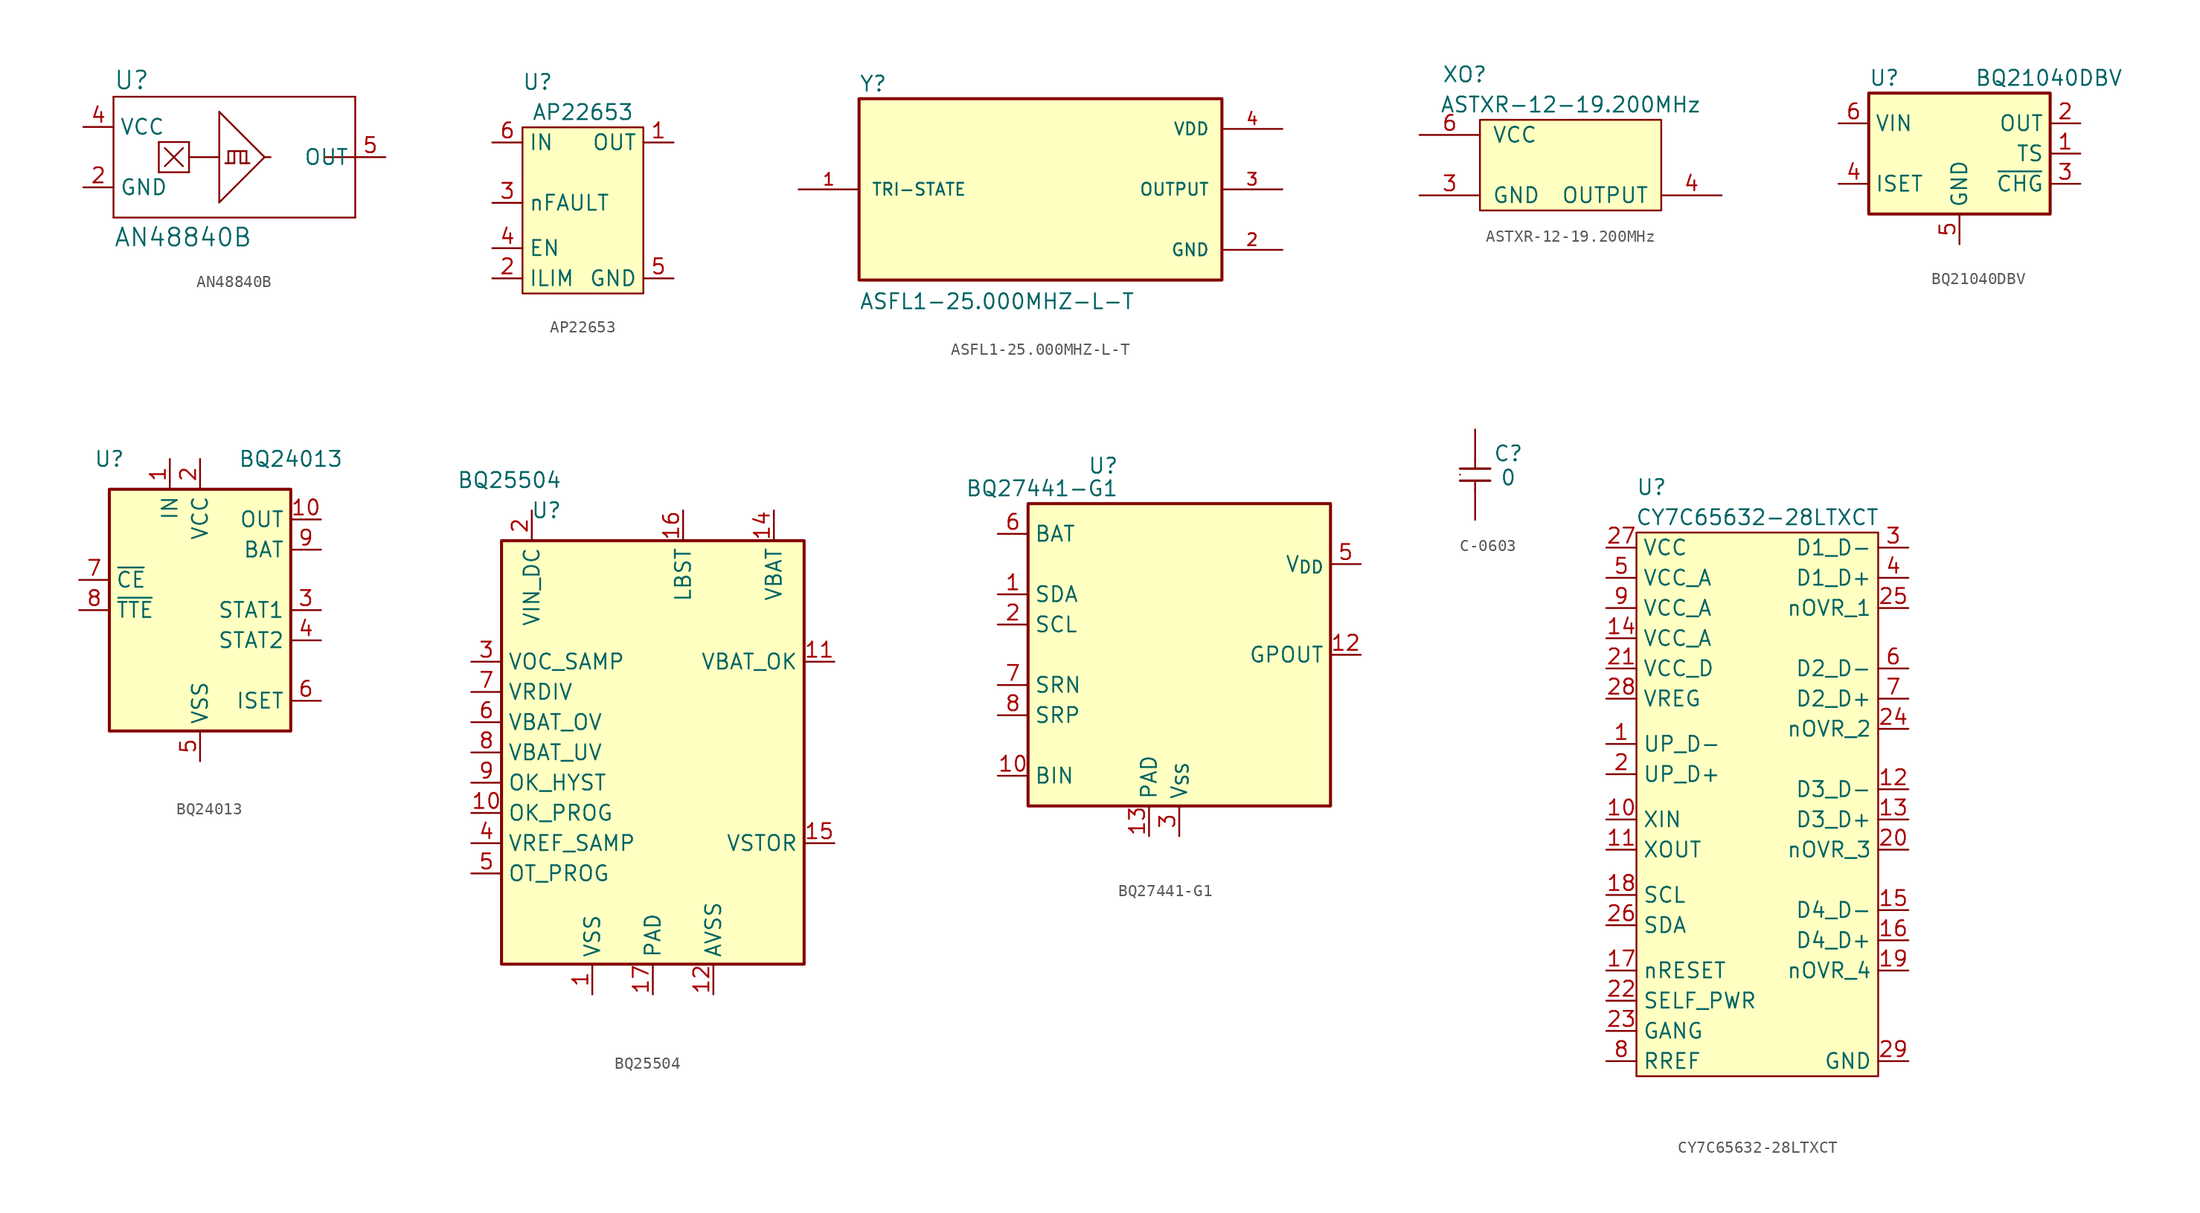
<source format=kicad_sym>
(kicad_symbol_lib
  (version 20231120)
  (generator "kicad_symbol_editor")
  (generator_version "8.0")
  (symbol "AN48840B"
    (property "Reference" "U"
      (at -10.16 5.588 0)
      (effects (font (size 1.499 1.499)) (justify left bottom)))
    (property "Value" "AN48840B"
      (at -10.16 -7.62 0)
      (effects (font (size 1.499 1.499)) (justify left bottom)))
    (symbol "AN48840B_1_0"
      (polyline (pts (xy -10.16 -5.08) (xy -10.16 5.08)) (stroke (width 0) (type default)) (fill (type none)))
      (polyline (pts (xy -10.16 5.08) (xy 10.16 5.08)) (stroke (width 0) (type default)) (fill (type none)))
      (polyline (pts (xy -6.35 -1.27) (xy -6.35 1.27)) (stroke (width 0) (type default)) (fill (type none)))
      (polyline (pts (xy -6.35 1.27) (xy -3.81 1.27)) (stroke (width 0) (type default)) (fill (type none)))
      (polyline (pts (xy -4.318 -0.762) (xy -5.842 0.762)) (stroke (width 0) (type default)) (fill (type none)))
      (polyline (pts (xy -4.318 0.762) (xy -5.842 -0.762)) (stroke (width 0) (type default)) (fill (type none)))
      (polyline (pts (xy -3.81 -1.27) (xy -6.35 -1.27)) (stroke (width 0) (type default)) (fill (type none)))
      (polyline (pts (xy -3.81 0) (xy -3.81 -1.27)) (stroke (width 0) (type default)) (fill (type none)))
      (polyline (pts (xy -3.81 0) (xy -1.27 0)) (stroke (width 0) (type default)) (fill (type none)))
      (polyline (pts (xy -3.81 1.27) (xy -3.81 0)) (stroke (width 0) (type default)) (fill (type none)))
      (polyline (pts (xy -1.27 -3.81) (xy 2.54 0)) (stroke (width 0) (type default)) (fill (type none)))
      (polyline (pts (xy -1.27 3.81) (xy -1.27 -3.81)) (stroke (width 0) (type default)) (fill (type none)))
      (polyline (pts (xy -0.762 -0.508) (xy -0.508 -0.508)) (stroke (width 0) (type default)) (fill (type none)))
      (polyline (pts (xy -0.508 -0.508) (xy -0.508 0.508)) (stroke (width 0) (type default)) (fill (type none)))
      (polyline (pts (xy -0.508 0.508) (xy 0 0.508)) (stroke (width 0) (type default)) (fill (type none)))
      (polyline (pts (xy 0 -0.508) (xy -0.508 -0.508)) (stroke (width 0) (type default)) (fill (type none)))
      (polyline (pts (xy 0 0.508) (xy 0 -0.508)) (stroke (width 0) (type default)) (fill (type none)))
      (polyline (pts (xy 0 0.508) (xy 0.508 0.508)) (stroke (width 0) (type default)) (fill (type none)))
      (polyline (pts (xy 0.508 -0.508) (xy 1.016 -0.508)) (stroke (width 0) (type default)) (fill (type none)))
      (polyline (pts (xy 0.508 0.508) (xy 0.508 -0.508)) (stroke (width 0) (type default)) (fill (type none)))
      (polyline (pts (xy 0.508 0.508) (xy 1.016 0.508)) (stroke (width 0) (type default)) (fill (type none)))
      (polyline (pts (xy 1.016 -0.508) (xy 1.27 -0.508)) (stroke (width 0) (type default)) (fill (type none)))
      (polyline (pts (xy 1.016 0.508) (xy 1.016 -0.508)) (stroke (width 0) (type default)) (fill (type none)))
      (polyline (pts (xy 2.54 0) (xy -1.27 3.81)) (stroke (width 0) (type default)) (fill (type none)))
      (polyline (pts (xy 2.54 0) (xy 3.048 0)) (stroke (width 0) (type default)) (fill (type none)))
      (polyline (pts (xy 10.16 -5.08) (xy -10.16 -5.08)) (stroke (width 0) (type default)) (fill (type none)))
      (polyline (pts (xy 10.16 0) (xy 7.62 0)) (stroke (width 0) (type default)) (fill (type none)))
      (polyline (pts (xy 10.16 0) (xy 10.16 -5.08)) (stroke (width 0) (type default)) (fill (type none)))
      (polyline (pts (xy 10.16 5.08) (xy 10.16 0)) (stroke (width 0) (type default)) (fill (type none)))
      (pin power_out line (at -12.7 -2.54 0) (length 2.54) (name "GND" (effects (font (size 1.27 1.27)))) (number "2" (effects (font (size 1.27 1.27)))))
      (pin power_in line (at -12.7 2.54 0) (length 2.54) (name "VCC" (effects (font (size 1.27 1.27)))) (number "4" (effects (font (size 1.27 1.27)))))
      (pin output line (at 12.7 0 180) (length 2.54) (name "OUT" (effects (font (size 1.27 1.27)))) (number "5" (effects (font (size 1.27 1.27)))))))
  (symbol "AP22653"
    (property "Reference" "U"
      (at -3.81 11.43 0)
      (effects (font (size 1.27 1.27))))
    (property "Value" "AP22653"
      (at 0 8.89 0)
      (effects (font (size 1.27 1.27))))
    (symbol "AP22653_0_1"
      (rectangle (start -5.08 7.62) (end 5.08 -6.35) (stroke (width 0) (type default)) (fill (type background))))
    (symbol "AP22653_1_1"
      (pin power_out line (at 7.62 6.35 180) (length 2.54) (name "OUT" (effects (font (size 1.27 1.27)))) (number "1" (effects (font (size 1.27 1.27)))))
      (pin bidirectional line (at -7.62 -5.08 0) (length 2.54) (name "ILIM" (effects (font (size 1.27 1.27)))) (number "2" (effects (font (size 1.27 1.27)))))
      (pin output line (at -7.62 1.27 0) (length 2.54) (name "nFAULT" (effects (font (size 1.27 1.27)))) (number "3" (effects (font (size 1.27 1.27)))))
      (pin input line (at -7.62 -2.54 0) (length 2.54) (name "EN" (effects (font (size 1.27 1.27)))) (number "4" (effects (font (size 1.27 1.27)))))
      (pin power_out line (at 7.62 -5.08 180) (length 2.54) (name "GND" (effects (font (size 1.27 1.27)))) (number "5" (effects (font (size 1.27 1.27)))))
      (pin power_in line (at -7.62 6.35 0) (length 2.54) (name "IN" (effects (font (size 1.27 1.27)))) (number "6" (effects (font (size 1.27 1.27)))))))
  (symbol "ASFL1-25.000MHZ-L-T"
    (pin_names
      (offset 1.016))
    (property "Reference" "Y"
      (at -15.24 8.128 0)
      (effects (font (size 1.27 1.27)) (justify left bottom)))
    (property "Value" "ASFL1-25.000MHZ-L-T"
      (at -15.24 -10.16 0)
      (effects (font (size 1.27 1.27)) (justify left bottom)))
    (symbol "ASFL1-25.000MHZ-L-T_0_0"
      (rectangle (start -15.24 -7.62) (end 15.24 7.62) (stroke (width 0.254) (type default)) (fill (type background)))
      (pin passive line (at -20.32 0 0) (length 5.08) (name "TRI-STATE" (effects (font (size 1.016 1.016)))) (number "1" (effects (font (size 1.016 1.016)))))
      (pin power_in line (at 20.32 -5.08 180) (length 5.08) (name "GND" (effects (font (size 1.016 1.016)))) (number "2" (effects (font (size 1.016 1.016)))))
      (pin output line (at 20.32 0 180) (length 5.08) (name "OUTPUT" (effects (font (size 1.016 1.016)))) (number "3" (effects (font (size 1.016 1.016)))))
      (pin power_in line (at 20.32 5.08 180) (length 5.08) (name "VDD" (effects (font (size 1.016 1.016)))) (number "4" (effects (font (size 1.016 1.016)))))))
  (symbol "ASTXR-12-19.200MHz"
    (pin_names
      (offset 1.016))
    (property "Reference" "XO"
      (at -8.89 7.62 0)
      (effects (font (size 1.27 1.27))))
    (property "Value" "ASTXR-12-19.200MHz"
      (at 0 5.08 0)
      (effects (font (size 1.27 1.27))))
    (symbol "ASTXR-12-19.200MHz_0_1"
      (rectangle (start -7.62 3.81) (end 7.62 -3.81) (stroke (width 0) (type default)) (fill (type background))))
    (symbol "ASTXR-12-19.200MHz_1_1"
      (pin power_in line (at -12.7 -2.54 0) (length 5.08) (name "GND" (effects (font (size 1.27 1.27)))) (number "3" (effects (font (size 1.27 1.27)))))
      (pin output line (at 12.7 -2.54 180) (length 5.08) (name "OUTPUT" (effects (font (size 1.27 1.27)))) (number "4" (effects (font (size 1.27 1.27)))))
      (pin power_in line (at -12.7 2.54 0) (length 5.08) (name "VCC" (effects (font (size 1.27 1.27)))) (number "6" (effects (font (size 1.27 1.27)))))))
  (symbol "BQ21040DBV"
    (property "Reference" "U"
      (at -7.62 6.35 0)
      (effects (font (size 1.27 1.27)) (justify left)))
    (property "Value" "BQ21040DBV"
      (at 1.27 6.35 0)
      (effects (font (size 1.27 1.27)) (justify left)))
    (symbol "BQ21040DBV_0_1"
      (rectangle (start -7.62 5.08) (end 7.62 -5.08) (stroke (width 0.254) (type default)) (fill (type background))))
    (symbol "BQ21040DBV_1_1"
      (pin input line (at 10.16 0 180) (length 2.54) (name "TS" (effects (font (size 1.27 1.27)))) (number "1" (effects (font (size 1.27 1.27)))))
      (pin power_out line (at 10.16 2.54 180) (length 2.54) (name "OUT" (effects (font (size 1.27 1.27)))) (number "2" (effects (font (size 1.27 1.27)))))
      (pin open_collector line (at 10.16 -2.54 180) (length 2.54) (name "~{CHG}" (effects (font (size 1.27 1.27)))) (number "3" (effects (font (size 1.27 1.27)))))
      (pin input line (at -10.16 -2.54 0) (length 2.54) (name "ISET" (effects (font (size 1.27 1.27)))) (number "4" (effects (font (size 1.27 1.27)))))
      (pin power_in line (at 0 -7.62 90) (length 2.54) (name "GND" (effects (font (size 1.27 1.27)))) (number "5" (effects (font (size 1.27 1.27)))))
      (pin power_in line (at -10.16 2.54 0) (length 2.54) (name "VIN" (effects (font (size 1.27 1.27)))) (number "6" (effects (font (size 1.27 1.27)))))))
  (symbol "BQ24013"
    (property "Reference" "U"
      (at -7.62 12.7 0)
      (effects (font (size 1.27 1.27))))
    (property "Value" "BQ24013"
      (at 7.62 12.7 0)
      (effects (font (size 1.27 1.27))))
    (symbol "BQ24013_0_1"
      (rectangle (start -7.62 10.16) (end 7.62 -10.16) (stroke (width 0.254) (type default)) (fill (type background))))
    (symbol "BQ24013_1_1"
      (pin power_in line (at -2.54 12.7 270) (length 2.54) (name "IN" (effects (font (size 1.27 1.27)))) (number "1" (effects (font (size 1.27 1.27)))))
      (pin power_out line (at 10.16 7.62 180) (length 2.54) (name "OUT" (effects (font (size 1.27 1.27)))) (number "10" (effects (font (size 1.27 1.27)))))
      (pin passive line (at 0 -12.7 90) (length 2.54) hide (name "VSS" (effects (font (size 1.27 1.27)))) (number "11" (effects (font (size 1.27 1.27)))))
      (pin power_in line (at 0 12.7 270) (length 2.54) (name "VCC" (effects (font (size 1.27 1.27)))) (number "2" (effects (font (size 1.27 1.27)))))
      (pin open_collector line (at 10.16 0 180) (length 2.54) (name "STAT1" (effects (font (size 1.27 1.27)))) (number "3" (effects (font (size 1.27 1.27)))))
      (pin open_collector line (at 10.16 -2.54 180) (length 2.54) (name "STAT2" (effects (font (size 1.27 1.27)))) (number "4" (effects (font (size 1.27 1.27)))))
      (pin power_in line (at 0 -12.7 90) (length 2.54) (name "VSS" (effects (font (size 1.27 1.27)))) (number "5" (effects (font (size 1.27 1.27)))))
      (pin output line (at 10.16 -7.62 180) (length 2.54) (name "ISET" (effects (font (size 1.27 1.27)))) (number "6" (effects (font (size 1.27 1.27)))))
      (pin input line (at -10.16 2.54 0) (length 2.54) (name "~{CE}" (effects (font (size 1.27 1.27)))) (number "7" (effects (font (size 1.27 1.27)))))
      (pin input line (at -10.16 0 0) (length 2.54) (name "~{TTE}" (effects (font (size 1.27 1.27)))) (number "8" (effects (font (size 1.27 1.27)))))
      (pin input line (at 10.16 5.08 180) (length 2.54) (name "BAT" (effects (font (size 1.27 1.27)))) (number "9" (effects (font (size 1.27 1.27)))))))
  (symbol "BQ25504"
    (property "Reference" "U"
      (at -7.62 20.32 0)
      (effects (font (size 1.27 1.27)) (justify right)))
    (property "Value" "BQ25504"
      (at -7.62 22.86 0)
      (effects (font (size 1.27 1.27)) (justify right)))
    (symbol "BQ25504_0_1"
      (rectangle (start -12.7 17.78) (end 12.7 -17.78) (stroke (width 0.254) (type default)) (fill (type background))))
    (symbol "BQ25504_1_1"
      (pin power_in line (at -5.08 -20.32 90) (length 2.54) (name "VSS" (effects (font (size 1.27 1.27)))) (number "1" (effects (font (size 1.27 1.27)))))
      (pin input line (at -15.24 -5.08 0) (length 2.54) (name "OK_PROG" (effects (font (size 1.27 1.27)))) (number "10" (effects (font (size 1.27 1.27)))))
      (pin output line (at 15.24 7.62 180) (length 2.54) (name "VBAT_OK" (effects (font (size 1.27 1.27)))) (number "11" (effects (font (size 1.27 1.27)))))
      (pin power_in line (at 5.08 -20.32 90) (length 2.54) (name "AVSS" (effects (font (size 1.27 1.27)))) (number "12" (effects (font (size 1.27 1.27)))))
      (pin passive line (at -5.08 -20.32 90) (length 2.54) hide (name "VSS" (effects (font (size 1.27 1.27)))) (number "13" (effects (font (size 1.27 1.27)))))
      (pin power_out line (at 10.16 20.32 270) (length 2.54) (name "VBAT" (effects (font (size 1.27 1.27)))) (number "14" (effects (font (size 1.27 1.27)))))
      (pin bidirectional line (at 15.24 -7.62 180) (length 2.54) (name "VSTOR" (effects (font (size 1.27 1.27)))) (number "15" (effects (font (size 1.27 1.27)))))
      (pin bidirectional line (at 2.54 20.32 270) (length 2.54) (name "LBST" (effects (font (size 1.27 1.27)))) (number "16" (effects (font (size 1.27 1.27)))))
      (pin passive line (at 0 -20.32 90) (length 2.54) (name "PAD" (effects (font (size 1.27 1.27)))) (number "17" (effects (font (size 1.27 1.27)))))
      (pin power_in line (at -10.16 20.32 270) (length 2.54) (name "VIN_DC" (effects (font (size 1.27 1.27)))) (number "2" (effects (font (size 1.27 1.27)))))
      (pin input line (at -15.24 7.62 0) (length 2.54) (name "VOC_SAMP" (effects (font (size 1.27 1.27)))) (number "3" (effects (font (size 1.27 1.27)))))
      (pin bidirectional line (at -15.24 -7.62 0) (length 2.54) (name "VREF_SAMP" (effects (font (size 1.27 1.27)))) (number "4" (effects (font (size 1.27 1.27)))))
      (pin input line (at -15.24 -10.16 0) (length 2.54) (name "OT_PROG" (effects (font (size 1.27 1.27)))) (number "5" (effects (font (size 1.27 1.27)))))
      (pin input line (at -15.24 2.54 0) (length 2.54) (name "VBAT_OV" (effects (font (size 1.27 1.27)))) (number "6" (effects (font (size 1.27 1.27)))))
      (pin output line (at -15.24 5.08 0) (length 2.54) (name "VRDIV" (effects (font (size 1.27 1.27)))) (number "7" (effects (font (size 1.27 1.27)))))
      (pin input line (at -15.24 0 0) (length 2.54) (name "VBAT_UV" (effects (font (size 1.27 1.27)))) (number "8" (effects (font (size 1.27 1.27)))))
      (pin input line (at -15.24 -2.54 0) (length 2.54) (name "OK_HYST" (effects (font (size 1.27 1.27)))) (number "9" (effects (font (size 1.27 1.27)))))))
  (symbol "BQ27441-G1"
    (property "Reference" "U"
      (at -5.08 15.875 0)
      (effects (font (size 1.27 1.27)) (justify right)))
    (property "Value" "BQ27441-G1"
      (at -5.08 13.97 0)
      (effects (font (size 1.27 1.27)) (justify right)))
    (symbol "BQ27441-G1_0_1"
      (rectangle (start -12.7 12.7) (end 12.7 -12.7) (stroke (width 0.254) (type default)) (fill (type background))))
    (symbol "BQ27441-G1_1_1"
      (pin bidirectional line (at -15.24 5.08 0) (length 2.54) (name "SDA" (effects (font (size 1.27 1.27)))) (number "1" (effects (font (size 1.27 1.27)))))
      (pin input line (at -15.24 -10.16 0) (length 2.54) (name "BIN" (effects (font (size 1.27 1.27)))) (number "10" (effects (font (size 1.27 1.27)))))
      (pin no_connect line (at 10.16 -2.54 180) (length 2.54) hide (name "NC" (effects (font (size 1.27 1.27)))) (number "11" (effects (font (size 1.27 1.27)))))
      (pin output line (at 15.24 0 180) (length 2.54) (name "GPOUT" (effects (font (size 1.27 1.27)))) (number "12" (effects (font (size 1.27 1.27)))))
      (pin power_in line (at -2.54 -15.24 90) (length 2.54) (name "PAD" (effects (font (size 1.27 1.27)))) (number "13" (effects (font (size 1.27 1.27)))))
      (pin input line (at -15.24 2.54 0) (length 2.54) (name "SCL" (effects (font (size 1.27 1.27)))) (number "2" (effects (font (size 1.27 1.27)))))
      (pin power_in line (at 0 -15.24 90) (length 2.54) (name "V_{SS}" (effects (font (size 1.27 1.27)))) (number "3" (effects (font (size 1.27 1.27)))))
      (pin no_connect line (at 10.16 -7.62 180) (length 2.54) hide (name "NC" (effects (font (size 1.27 1.27)))) (number "4" (effects (font (size 1.27 1.27)))))
      (pin power_out line (at 15.24 7.62 180) (length 2.54) (name "V_{DD}" (effects (font (size 1.27 1.27)))) (number "5" (effects (font (size 1.27 1.27)))))
      (pin power_in line (at -15.24 10.16 0) (length 2.54) (name "BAT" (effects (font (size 1.27 1.27)))) (number "6" (effects (font (size 1.27 1.27)))))
      (pin input line (at -15.24 -2.54 0) (length 2.54) (name "SRN" (effects (font (size 1.27 1.27)))) (number "7" (effects (font (size 1.27 1.27)))))
      (pin input line (at -15.24 -5.08 0) (length 2.54) (name "SRP" (effects (font (size 1.27 1.27)))) (number "8" (effects (font (size 1.27 1.27)))))
      (pin no_connect line (at 10.16 -5.08 180) (length 2.54) hide (name "NC" (effects (font (size 1.27 1.27)))) (number "9" (effects (font (size 1.27 1.27)))))))
  (symbol "C-0603"
    (pin_numbers hide)
    (property "Reference" "C"
      (at 2.794 1.778 0)
      (effects (font (size 1.27 1.27))))
    (property "Value" "0"
      (at 2.794 -0.254 0)
      (effects (font (size 1.27 1.27))))
    (symbol "C-0603_0_1"
      (polyline (pts (xy -1.27 -0.508) (xy 1.27 -0.508)) (stroke (width 0.2) (type default)) (fill (type none)))
      (polyline (pts (xy -1.27 0) (xy -1.27 0)) (stroke (width 0) (type default)) (fill (type none)))
      (polyline (pts (xy -1.27 0.508) (xy 1.27 0.508)) (stroke (width 0.2) (type default)) (fill (type none)))
      (polyline (pts (xy 0 -1.25) (xy 0 -1.25)) (stroke (width 0) (type default)) (fill (type none)))
      (polyline (pts (xy 0 -1.25) (xy 0 -0.508)) (stroke (width 0) (type default)) (fill (type none)))
      (polyline (pts (xy 0 0.5) (xy 0 1.27)) (stroke (width 0) (type default)) (fill (type none))))
    (symbol "C-0603_1_1"
      (pin unspecified line (at 0 3.81 270) (length 2.54) (name "" (effects (font (size 1.27 1.27)))) (number "1" (effects (font (size 1.27 1.27)))))
      (pin unspecified line (at 0 -3.81 90) (length 2.54) (name "" (effects (font (size 1.27 1.27)))) (number "2" (effects (font (size 1.27 1.27)))))))
  (symbol "CY7C65632-28LTXCT"
    (property "Reference" "U"
      (at 1.27 1.27 0)
      (effects (font (size 1.27 1.27))))
    (property "Value" "CY7C65632-28LTXCT"
      (at 10.16 -1.27 0)
      (effects (font (size 1.27 1.27))))
    (symbol "CY7C65632-28LTXCT_0_1"
      (rectangle (start 0 -2.54) (end 20.32 -48.26) (stroke (width 0) (type default)) (fill (type background))))
    (symbol "CY7C65632-28LTXCT_1_1"
      (pin bidirectional line (at -2.54 -20.32 0) (length 2.54) (name "UP_D-" (effects (font (size 1.27 1.27)))) (number "1" (effects (font (size 1.27 1.27)))))
      (pin bidirectional line (at -2.54 -26.67 0) (length 2.54) (name "XIN" (effects (font (size 1.27 1.27)))) (number "10" (effects (font (size 1.27 1.27)))))
      (pin bidirectional line (at -2.54 -29.21 0) (length 2.54) (name "XOUT" (effects (font (size 1.27 1.27)))) (number "11" (effects (font (size 1.27 1.27)))))
      (pin bidirectional line (at 22.86 -24.13 180) (length 2.54) (name "D3_D-" (effects (font (size 1.27 1.27)))) (number "12" (effects (font (size 1.27 1.27)))))
      (pin bidirectional line (at 22.86 -26.67 180) (length 2.54) (name "D3_D+" (effects (font (size 1.27 1.27)))) (number "13" (effects (font (size 1.27 1.27)))))
      (pin power_in line (at -2.54 -11.43 0) (length 2.54) (name "VCC_A" (effects (font (size 1.27 1.27)))) (number "14" (effects (font (size 1.27 1.27)))))
      (pin bidirectional line (at 22.86 -34.29 180) (length 2.54) (name "D4_D-" (effects (font (size 1.27 1.27)))) (number "15" (effects (font (size 1.27 1.27)))))
      (pin bidirectional line (at 22.86 -36.83 180) (length 2.54) (name "D4_D+" (effects (font (size 1.27 1.27)))) (number "16" (effects (font (size 1.27 1.27)))))
      (pin bidirectional line (at -2.54 -39.37 0) (length 2.54) (name "nRESET" (effects (font (size 1.27 1.27)))) (number "17" (effects (font (size 1.27 1.27)))))
      (pin bidirectional line (at -2.54 -33.02 0) (length 2.54) (name "SCL" (effects (font (size 1.27 1.27)))) (number "18" (effects (font (size 1.27 1.27)))))
      (pin bidirectional line (at 22.86 -39.37 180) (length 2.54) (name "nOVR_4" (effects (font (size 1.27 1.27)))) (number "19" (effects (font (size 1.27 1.27)))))
      (pin bidirectional line (at -2.54 -22.86 0) (length 2.54) (name "UP_D+" (effects (font (size 1.27 1.27)))) (number "2" (effects (font (size 1.27 1.27)))))
      (pin bidirectional line (at 22.86 -29.21 180) (length 2.54) (name "nOVR_3" (effects (font (size 1.27 1.27)))) (number "20" (effects (font (size 1.27 1.27)))))
      (pin power_in line (at -2.54 -13.97 0) (length 2.54) (name "VCC_D" (effects (font (size 1.27 1.27)))) (number "21" (effects (font (size 1.27 1.27)))))
      (pin bidirectional line (at -2.54 -41.91 0) (length 2.54) (name "SELF_PWR" (effects (font (size 1.27 1.27)))) (number "22" (effects (font (size 1.27 1.27)))))
      (pin bidirectional line (at -2.54 -44.45 0) (length 2.54) (name "GANG" (effects (font (size 1.27 1.27)))) (number "23" (effects (font (size 1.27 1.27)))))
      (pin bidirectional line (at 22.86 -19.05 180) (length 2.54) (name "nOVR_2" (effects (font (size 1.27 1.27)))) (number "24" (effects (font (size 1.27 1.27)))))
      (pin bidirectional line (at 22.86 -8.89 180) (length 2.54) (name "nOVR_1" (effects (font (size 1.27 1.27)))) (number "25" (effects (font (size 1.27 1.27)))))
      (pin bidirectional line (at -2.54 -35.56 0) (length 2.54) (name "SDA" (effects (font (size 1.27 1.27)))) (number "26" (effects (font (size 1.27 1.27)))))
      (pin power_in line (at -2.54 -3.81 0) (length 2.54) (name "VCC" (effects (font (size 1.27 1.27)))) (number "27" (effects (font (size 1.27 1.27)))))
      (pin power_out line (at -2.54 -16.51 0) (length 2.54) (name "VREG" (effects (font (size 1.27 1.27)))) (number "28" (effects (font (size 1.27 1.27)))))
      (pin power_out line (at 22.86 -46.99 180) (length 2.54) (name "GND" (effects (font (size 1.27 1.27)))) (number "29" (effects (font (size 1.27 1.27)))))
      (pin bidirectional line (at 22.86 -3.81 180) (length 2.54) (name "D1_D-" (effects (font (size 1.27 1.27)))) (number "3" (effects (font (size 1.27 1.27)))))
      (pin bidirectional line (at 22.86 -6.35 180) (length 2.54) (name "D1_D+" (effects (font (size 1.27 1.27)))) (number "4" (effects (font (size 1.27 1.27)))))
      (pin power_in line (at -2.54 -6.35 0) (length 2.54) (name "VCC_A" (effects (font (size 1.27 1.27)))) (number "5" (effects (font (size 1.27 1.27)))))
      (pin bidirectional line (at 22.86 -13.97 180) (length 2.54) (name "D2_D-" (effects (font (size 1.27 1.27)))) (number "6" (effects (font (size 1.27 1.27)))))
      (pin bidirectional line (at 22.86 -16.51 180) (length 2.54) (name "D2_D+" (effects (font (size 1.27 1.27)))) (number "7" (effects (font (size 1.27 1.27)))))
      (pin bidirectional line (at -2.54 -46.99 0) (length 2.54) (name "RREF" (effects (font (size 1.27 1.27)))) (number "8" (effects (font (size 1.27 1.27)))))
      (pin power_in line (at -2.54 -8.89 0) (length 2.54) (name "VCC_A" (effects (font (size 1.27 1.27)))) (number "9" (effects (font (size 1.27 1.27))))))))
</source>
